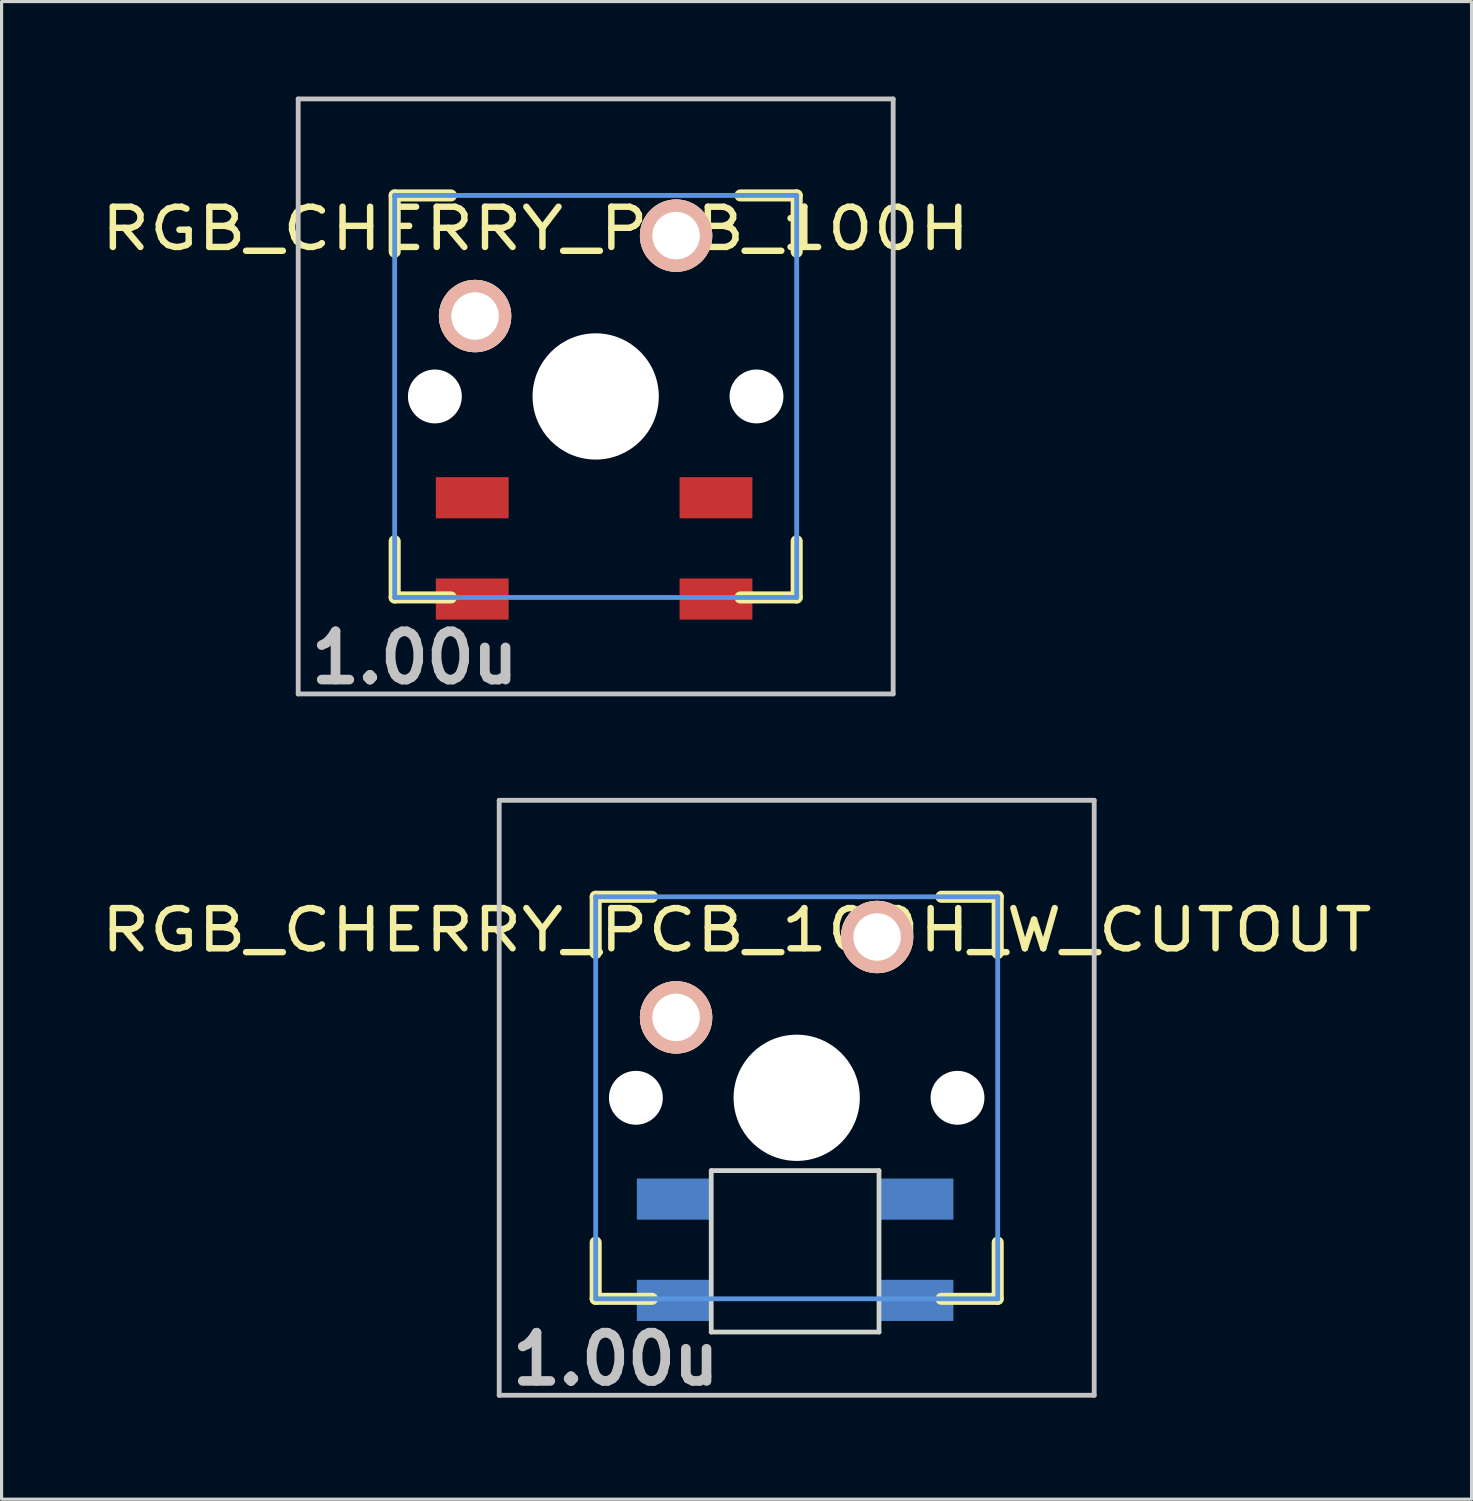
<source format=kicad_pcb>
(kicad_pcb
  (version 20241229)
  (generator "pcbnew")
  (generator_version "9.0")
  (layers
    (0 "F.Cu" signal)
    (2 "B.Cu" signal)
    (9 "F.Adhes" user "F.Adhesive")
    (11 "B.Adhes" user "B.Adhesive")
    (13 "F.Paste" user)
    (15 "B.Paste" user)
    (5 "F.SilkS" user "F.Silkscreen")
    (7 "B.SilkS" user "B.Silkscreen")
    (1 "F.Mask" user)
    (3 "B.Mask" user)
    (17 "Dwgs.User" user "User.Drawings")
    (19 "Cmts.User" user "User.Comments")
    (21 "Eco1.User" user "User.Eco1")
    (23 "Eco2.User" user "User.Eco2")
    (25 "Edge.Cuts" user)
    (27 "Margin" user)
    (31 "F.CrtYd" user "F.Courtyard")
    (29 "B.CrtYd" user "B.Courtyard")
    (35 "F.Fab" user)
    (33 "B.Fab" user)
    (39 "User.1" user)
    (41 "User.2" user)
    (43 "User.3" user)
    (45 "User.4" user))
  (footprint "RGB_CHERRY_PCB_100H"
    (layer "F.Cu")
    (at 15.768 9.474)
    (property "Reference" "RGB_CHERRY_PCB_100H" (at -1.9 -5.3 0) (layer "F.SilkS") (effects (font (size 1.27 1.524) (thickness 0.203))))
    (attr through_hole)
    (fp_line (start -6.35 -6.35) (end -4.572 -6.35) (stroke (width 0.381) (type solid)) (layer "F.SilkS"))
    (fp_line (start -6.35 -4.572) (end -6.35 -6.35) (stroke (width 0.381) (type solid)) (layer "F.SilkS"))
    (fp_line (start -6.35 6.35) (end -6.35 4.572) (stroke (width 0.381) (type solid)) (layer "F.SilkS"))
    (fp_line (start -4.572 6.35) (end -6.35 6.35) (stroke (width 0.381) (type solid)) (layer "F.SilkS"))
    (fp_line (start 4.572 -6.35) (end 6.35 -6.35) (stroke (width 0.381) (type solid)) (layer "F.SilkS"))
    (fp_line (start 6.35 -6.35) (end 6.35 -4.572) (stroke (width 0.381) (type solid)) (layer "F.SilkS"))
    (fp_line (start 6.35 4.572) (end 6.35 6.35) (stroke (width 0.381) (type solid)) (layer "F.SilkS"))
    (fp_line (start 6.35 6.35) (end 4.572 6.35) (stroke (width 0.381) (type solid)) (layer "F.SilkS"))
    (fp_line (start -9.398 -9.398) (end 9.398 -9.398) (stroke (width 0.152) (type solid)) (layer "Dwgs.User"))
    (fp_line (start -9.398 9.398) (end -9.398 -9.398) (stroke (width 0.152) (type solid)) (layer "Dwgs.User"))
    (fp_line (start 9.398 -9.398) (end 9.398 9.398) (stroke (width 0.152) (type solid)) (layer "Dwgs.User"))
    (fp_line (start 9.398 9.398) (end -9.398 9.398) (stroke (width 0.152) (type solid)) (layer "Dwgs.User"))
    (fp_line (start -6.35 -6.35) (end 6.35 -6.35) (stroke (width 0.152) (type solid)) (layer "Cmts.User"))
    (fp_line (start -6.35 6.35) (end -6.35 -6.35) (stroke (width 0.152) (type solid)) (layer "Cmts.User"))
    (fp_line (start 6.35 -6.35) (end 6.35 6.35) (stroke (width 0.152) (type solid)) (layer "Cmts.User"))
    (fp_line (start 6.35 6.35) (end -6.35 6.35) (stroke (width 0.152) (type solid)) (layer "Cmts.User"))
    (fp_line (start -6.985 -6.985) (end 6.985 -6.985) (stroke (width 0.152) (type solid)) (layer "Eco2.User"))
    (fp_line (start -6.985 6.985) (end -6.985 -6.985) (stroke (width 0.152) (type solid)) (layer "Eco2.User"))
    (fp_line (start 6.985 -6.985) (end 6.985 6.985) (stroke (width 0.152) (type solid)) (layer "Eco2.User"))
    (fp_line (start 6.985 6.985) (end -6.985 6.985) (stroke (width 0.152) (type solid)) (layer "Eco2.User"))
    (fp_line (start -2.7 2.3) (end -2.7 7.4) (stroke (width 0.15) (type solid)) (layer "Margin"))
    (fp_line (start -2.7 2.3) (end 2.6 2.3) (stroke (width 0.15) (type solid)) (layer "Margin"))
    (fp_line (start 2.6 2.3) (end 2.6 7.4) (stroke (width 0.15) (type solid)) (layer "Margin"))
    (fp_line (start 2.6 7.4) (end -2.7 7.4) (stroke (width 0.15) (type solid)) (layer "Margin"))
    (fp_text user "1.00u" (at -5.715 8.255 0) (layer "Dwgs.User") (effects (font (size 1.524 1.524) (thickness 0.305))))
    (pad "" np_thru_hole circle (at -5.08 0) (size 1.702 1.702) (drill 1.702) (layers "*.Cu"))
    (pad "" np_thru_hole circle (at 0 0) (size 3.988 3.988) (drill 3.988) (layers "*.Cu"))
    (pad "" np_thru_hole circle (at 5.08 0) (size 1.702 1.702) (drill 1.702) (layers "*.Cu"))
    (pad "1" thru_hole circle (at 2.54 -5.08) (size 2.286 2.286) (drill 1.499) (layers "*.Cu" "*.SilkS" "*.Mask"))
    (pad "1" smd rect (at 2.7 6.4) (size 2.3 1.3) (drill (offset 1.1 0)) (layers "F.Cu" "F.Mask" "F.Paste"))
    (pad "2" thru_hole circle (at -3.81 -2.54) (size 2.286 2.286) (drill 1.499) (layers "*.Cu" "*.SilkS" "*.Mask"))
    (pad "2" smd rect (at 2.7 3.2) (size 2.3 1.3) (drill (offset 1.1 0)) (layers "F.Cu" "F.Mask" "F.Paste"))
    (pad "3" smd rect (at -2.8 3.2) (size 2.3 1.3) (drill (offset -1.1 0)) (layers "F.Cu" "F.Mask" "F.Paste"))
    (pad "4" smd rect (at -2.8 6.4) (size 2.3 1.3) (drill (offset -1.1 0)) (layers "F.Cu" "F.Mask" "F.Paste")))
  (footprint "RGB_CHERRY_PCB_100H_W_CUTOUT"
    (layer "F.Cu")
    (at 22.118 31.63)
    (property "Reference" "RGB_CHERRY_PCB_100H_W_CUTOUT" (at -1.9 -5.3 0) (layer "F.SilkS") (effects (font (size 1.27 1.524) (thickness 0.203))))
    (attr through_hole)
    (fp_line (start -6.35 -6.35) (end -4.572 -6.35) (stroke (width 0.381) (type solid)) (layer "F.SilkS"))
    (fp_line (start -6.35 -4.572) (end -6.35 -6.35) (stroke (width 0.381) (type solid)) (layer "F.SilkS"))
    (fp_line (start -6.35 6.35) (end -6.35 4.572) (stroke (width 0.381) (type solid)) (layer "F.SilkS"))
    (fp_line (start -4.572 6.35) (end -6.35 6.35) (stroke (width 0.381) (type solid)) (layer "F.SilkS"))
    (fp_line (start 4.572 -6.35) (end 6.35 -6.35) (stroke (width 0.381) (type solid)) (layer "F.SilkS"))
    (fp_line (start 6.35 -6.35) (end 6.35 -4.572) (stroke (width 0.381) (type solid)) (layer "F.SilkS"))
    (fp_line (start 6.35 4.572) (end 6.35 6.35) (stroke (width 0.381) (type solid)) (layer "F.SilkS"))
    (fp_line (start 6.35 6.35) (end 4.572 6.35) (stroke (width 0.381) (type solid)) (layer "F.SilkS"))
    (fp_line (start -9.398 -9.398) (end 9.398 -9.398) (stroke (width 0.152) (type solid)) (layer "Dwgs.User"))
    (fp_line (start -9.398 9.398) (end -9.398 -9.398) (stroke (width 0.152) (type solid)) (layer "Dwgs.User"))
    (fp_line (start 9.398 -9.398) (end 9.398 9.398) (stroke (width 0.152) (type solid)) (layer "Dwgs.User"))
    (fp_line (start 9.398 9.398) (end -9.398 9.398) (stroke (width 0.152) (type solid)) (layer "Dwgs.User"))
    (fp_line (start -6.35 -6.35) (end 6.35 -6.35) (stroke (width 0.152) (type solid)) (layer "Cmts.User"))
    (fp_line (start -6.35 6.35) (end -6.35 -6.35) (stroke (width 0.152) (type solid)) (layer "Cmts.User"))
    (fp_line (start 6.35 -6.35) (end 6.35 6.35) (stroke (width 0.152) (type solid)) (layer "Cmts.User"))
    (fp_line (start 6.35 6.35) (end -6.35 6.35) (stroke (width 0.152) (type solid)) (layer "Cmts.User"))
    (fp_line (start -6.985 -6.985) (end 6.985 -6.985) (stroke (width 0.152) (type solid)) (layer "Eco2.User"))
    (fp_line (start -6.985 6.985) (end -6.985 -6.985) (stroke (width 0.152) (type solid)) (layer "Eco2.User"))
    (fp_line (start 6.985 -6.985) (end 6.985 6.985) (stroke (width 0.152) (type solid)) (layer "Eco2.User"))
    (fp_line (start 6.985 6.985) (end -6.985 6.985) (stroke (width 0.152) (type solid)) (layer "Eco2.User"))
    (fp_line (start -2.7 2.3) (end -2.7 7.4) (stroke (width 0.15) (type solid)) (layer "Edge.Cuts"))
    (fp_line (start -2.7 2.3) (end 2.6 2.3) (stroke (width 0.15) (type solid)) (layer "Edge.Cuts"))
    (fp_line (start 2.6 2.3) (end 2.6 7.4) (stroke (width 0.15) (type solid)) (layer "Edge.Cuts"))
    (fp_line (start 2.6 7.4) (end -2.7 7.4) (stroke (width 0.15) (type solid)) (layer "Edge.Cuts"))
    (fp_text user "1.00u" (at -5.715 8.255 0) (layer "Dwgs.User") (effects (font (size 1.524 1.524) (thickness 0.305))))
    (pad "" np_thru_hole circle (at -5.08 0) (size 1.702 1.702) (drill 1.702) (layers "*.Cu"))
    (pad "" np_thru_hole circle (at 0 0) (size 3.988 3.988) (drill 3.988) (layers "*.Cu"))
    (pad "" np_thru_hole circle (at 5.08 0) (size 1.702 1.702) (drill 1.702) (layers "*.Cu"))
    (pad "1" thru_hole circle (at 2.54 -5.08) (size 2.286 2.286) (drill 1.499) (layers "*.Cu" "*.SilkS" "*.Mask"))
    (pad "2" thru_hole circle (at -3.81 -2.54) (size 2.286 2.286) (drill 1.499) (layers "*.Cu" "*.SilkS" "*.Mask"))
    (pad "3" smd rect (at 2.7 6.4) (size 2.3 1.3) (drill (offset 1.1 0)) (layers "B.Cu" "F.Paste"))
    (pad "4" smd rect (at 2.7 3.2) (size 2.3 1.3) (drill (offset 1.1 0)) (layers "B.Cu" "F.Paste"))
    (pad "5" smd rect (at -2.8 3.2) (size 2.3 1.3) (drill (offset -1.1 0)) (layers "B.Cu" "F.Paste"))
    (pad "6" smd rect (at -2.8 6.4) (size 2.3 1.3) (drill (offset -1.1 0)) (layers "B.Cu" "F.Paste")))
  (gr_rect
    (start -3 -3)
    (end 43.437 44.311)
    (stroke (width 0.1) (type default))
    (fill no)
    (layer "Edge.Cuts")))
</source>
